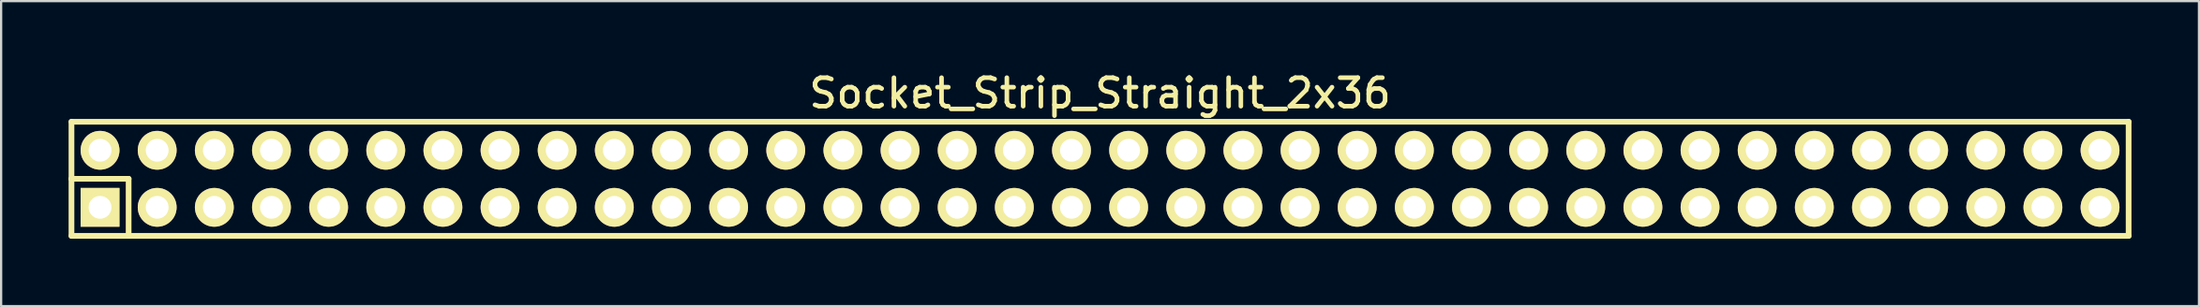
<source format=kicad_pcb>
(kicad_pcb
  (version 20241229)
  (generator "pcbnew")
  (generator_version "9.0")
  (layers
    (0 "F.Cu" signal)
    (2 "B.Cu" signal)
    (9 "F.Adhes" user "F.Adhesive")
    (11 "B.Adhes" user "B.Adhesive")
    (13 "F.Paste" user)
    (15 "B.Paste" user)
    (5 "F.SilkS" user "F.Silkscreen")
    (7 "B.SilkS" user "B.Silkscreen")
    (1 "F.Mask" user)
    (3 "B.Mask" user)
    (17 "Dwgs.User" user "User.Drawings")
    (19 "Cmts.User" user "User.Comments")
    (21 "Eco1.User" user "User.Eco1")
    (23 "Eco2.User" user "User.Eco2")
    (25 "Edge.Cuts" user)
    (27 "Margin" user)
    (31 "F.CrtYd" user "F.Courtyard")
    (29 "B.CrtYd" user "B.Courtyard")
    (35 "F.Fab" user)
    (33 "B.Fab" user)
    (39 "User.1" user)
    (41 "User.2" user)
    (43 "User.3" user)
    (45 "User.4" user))
  (footprint "Socket_Strip_Straight_2x36"
    (layer "F.Cu")
    (at 45.847 4.91)
    (property "Reference" "Socket_Strip_Straight_2x36" (at 0 -3.81 0) (layer "F.SilkS") (effects (font (size 1.27 1.27) (thickness 0.203))))
    (attr through_hole)
    (fp_line (start -45.72 -2.54) (end -45.72 0) (stroke (width 0.254) (type solid)) (layer "F.SilkS"))
    (fp_line (start -45.72 0) (end -43.18 0) (stroke (width 0.254) (type solid)) (layer "F.SilkS"))
    (fp_line (start -45.72 2.54) (end -45.72 0) (stroke (width 0.254) (type solid)) (layer "F.SilkS"))
    (fp_line (start -45.72 2.54) (end -43.18 2.54) (stroke (width 0.254) (type solid)) (layer "F.SilkS"))
    (fp_line (start -43.18 0) (end -43.18 2.54) (stroke (width 0.254) (type solid)) (layer "F.SilkS"))
    (fp_line (start -43.18 2.54) (end 45.72 2.54) (stroke (width 0.254) (type solid)) (layer "F.SilkS"))
    (fp_line (start 45.72 -2.54) (end -45.72 -2.54) (stroke (width 0.254) (type solid)) (layer "F.SilkS"))
    (fp_line (start 45.72 -2.54) (end 45.72 2.54) (stroke (width 0.254) (type solid)) (layer "F.SilkS"))
    (pad "1" thru_hole rect (at -44.45 1.27) (size 1.727 1.727) (drill 1.016) (layers "*.Cu" "*.Mask" "F.SilkS"))
    (pad "2" thru_hole oval (at -41.91 1.27) (size 1.727 1.727) (drill 1.016) (layers "*.Cu" "*.Mask" "F.SilkS"))
    (pad "3" thru_hole oval (at -39.37 1.27) (size 1.727 1.727) (drill 1.016) (layers "*.Cu" "*.Mask" "F.SilkS"))
    (pad "4" thru_hole oval (at -36.83 1.27) (size 1.727 1.727) (drill 1.016) (layers "*.Cu" "*.Mask" "F.SilkS"))
    (pad "5" thru_hole oval (at -34.29 1.27) (size 1.727 1.727) (drill 1.016) (layers "*.Cu" "*.Mask" "F.SilkS"))
    (pad "6" thru_hole oval (at -31.75 1.27) (size 1.727 1.727) (drill 1.016) (layers "*.Cu" "*.Mask" "F.SilkS"))
    (pad "7" thru_hole oval (at -29.21 1.27) (size 1.727 1.727) (drill 1.016) (layers "*.Cu" "*.Mask" "F.SilkS"))
    (pad "8" thru_hole oval (at -26.67 1.27) (size 1.727 1.727) (drill 1.016) (layers "*.Cu" "*.Mask" "F.SilkS"))
    (pad "9" thru_hole oval (at -24.13 1.27) (size 1.727 1.727) (drill 1.016) (layers "*.Cu" "*.Mask" "F.SilkS"))
    (pad "10" thru_hole oval (at -21.59 1.27) (size 1.727 1.727) (drill 1.016) (layers "*.Cu" "*.Mask" "F.SilkS"))
    (pad "11" thru_hole oval (at -19.05 1.27) (size 1.727 1.727) (drill 1.016) (layers "*.Cu" "*.Mask" "F.SilkS"))
    (pad "12" thru_hole oval (at -16.51 1.27) (size 1.727 1.727) (drill 1.016) (layers "*.Cu" "*.Mask" "F.SilkS"))
    (pad "13" thru_hole oval (at -13.97 1.27) (size 1.727 1.727) (drill 1.016) (layers "*.Cu" "*.Mask" "F.SilkS"))
    (pad "14" thru_hole oval (at -11.43 1.27) (size 1.727 1.727) (drill 1.016) (layers "*.Cu" "*.Mask" "F.SilkS"))
    (pad "15" thru_hole oval (at -8.89 1.27) (size 1.727 1.727) (drill 1.016) (layers "*.Cu" "*.Mask" "F.SilkS"))
    (pad "16" thru_hole oval (at -6.35 1.27) (size 1.727 1.727) (drill 1.016) (layers "*.Cu" "*.Mask" "F.SilkS"))
    (pad "17" thru_hole oval (at -3.81 1.27) (size 1.727 1.727) (drill 1.016) (layers "*.Cu" "*.Mask" "F.SilkS"))
    (pad "18" thru_hole oval (at -1.27 1.27) (size 1.727 1.727) (drill 1.016) (layers "*.Cu" "*.Mask" "F.SilkS"))
    (pad "19" thru_hole oval (at 1.27 1.27) (size 1.727 1.727) (drill 1.016) (layers "*.Cu" "*.Mask" "F.SilkS"))
    (pad "20" thru_hole oval (at 3.81 1.27) (size 1.727 1.727) (drill 1.016) (layers "*.Cu" "*.Mask" "F.SilkS"))
    (pad "21" thru_hole oval (at 6.35 1.27) (size 1.727 1.727) (drill 1.016) (layers "*.Cu" "*.Mask" "F.SilkS"))
    (pad "22" thru_hole oval (at 8.89 1.27) (size 1.727 1.727) (drill 1.016) (layers "*.Cu" "*.Mask" "F.SilkS"))
    (pad "23" thru_hole oval (at 11.43 1.27) (size 1.727 1.727) (drill 1.016) (layers "*.Cu" "*.Mask" "F.SilkS"))
    (pad "24" thru_hole oval (at 13.97 1.27) (size 1.727 1.727) (drill 1.016) (layers "*.Cu" "*.Mask" "F.SilkS"))
    (pad "25" thru_hole oval (at 16.51 1.27) (size 1.727 1.727) (drill 1.016) (layers "*.Cu" "*.Mask" "F.SilkS"))
    (pad "26" thru_hole oval (at 19.05 1.27) (size 1.727 1.727) (drill 1.016) (layers "*.Cu" "*.Mask" "F.SilkS"))
    (pad "27" thru_hole oval (at 21.59 1.27) (size 1.727 1.727) (drill 1.016) (layers "*.Cu" "*.Mask" "F.SilkS"))
    (pad "28" thru_hole oval (at 24.13 1.27) (size 1.727 1.727) (drill 1.016) (layers "*.Cu" "*.Mask" "F.SilkS"))
    (pad "29" thru_hole oval (at 26.67 1.27) (size 1.727 1.727) (drill 1.016) (layers "*.Cu" "*.Mask" "F.SilkS"))
    (pad "30" thru_hole oval (at 29.21 1.27) (size 1.727 1.727) (drill 1.016) (layers "*.Cu" "*.Mask" "F.SilkS"))
    (pad "31" thru_hole oval (at 31.75 1.27) (size 1.727 1.727) (drill 1.016) (layers "*.Cu" "*.Mask" "F.SilkS"))
    (pad "32" thru_hole oval (at 34.29 1.27) (size 1.727 1.727) (drill 1.016) (layers "*.Cu" "*.Mask" "F.SilkS"))
    (pad "33" thru_hole oval (at 36.83 1.27) (size 1.727 1.727) (drill 1.016) (layers "*.Cu" "*.Mask" "F.SilkS"))
    (pad "34" thru_hole oval (at 39.37 1.27) (size 1.727 1.727) (drill 1.016) (layers "*.Cu" "*.Mask" "F.SilkS"))
    (pad "35" thru_hole oval (at 41.91 1.27) (size 1.727 1.727) (drill 1.016) (layers "*.Cu" "*.Mask" "F.SilkS"))
    (pad "36" thru_hole oval (at 44.45 1.27) (size 1.727 1.727) (drill 1.016) (layers "*.Cu" "*.Mask" "F.SilkS"))
    (pad "37" thru_hole oval (at 44.45 -1.27) (size 1.727 1.727) (drill 1.016) (layers "*.Cu" "*.Mask" "F.SilkS"))
    (pad "38" thru_hole oval (at 41.91 -1.27) (size 1.727 1.727) (drill 1.016) (layers "*.Cu" "*.Mask" "F.SilkS"))
    (pad "39" thru_hole oval (at 39.37 -1.27) (size 1.727 1.727) (drill 1.016) (layers "*.Cu" "*.Mask" "F.SilkS"))
    (pad "40" thru_hole oval (at 36.83 -1.27) (size 1.727 1.727) (drill 1.016) (layers "*.Cu" "*.Mask" "F.SilkS"))
    (pad "41" thru_hole oval (at 34.29 -1.27) (size 1.727 1.727) (drill 1.016) (layers "*.Cu" "*.Mask" "F.SilkS"))
    (pad "42" thru_hole oval (at 31.75 -1.27) (size 1.727 1.727) (drill 1.016) (layers "*.Cu" "*.Mask" "F.SilkS"))
    (pad "43" thru_hole oval (at 29.21 -1.27) (size 1.727 1.727) (drill 1.016) (layers "*.Cu" "*.Mask" "F.SilkS"))
    (pad "44" thru_hole oval (at 26.67 -1.27) (size 1.727 1.727) (drill 1.016) (layers "*.Cu" "*.Mask" "F.SilkS"))
    (pad "45" thru_hole oval (at 24.13 -1.27) (size 1.727 1.727) (drill 1.016) (layers "*.Cu" "*.Mask" "F.SilkS"))
    (pad "46" thru_hole oval (at 21.59 -1.27) (size 1.727 1.727) (drill 1.016) (layers "*.Cu" "*.Mask" "F.SilkS"))
    (pad "47" thru_hole oval (at 19.05 -1.27) (size 1.727 1.727) (drill 1.016) (layers "*.Cu" "*.Mask" "F.SilkS"))
    (pad "48" thru_hole oval (at 16.51 -1.27) (size 1.727 1.727) (drill 1.016) (layers "*.Cu" "*.Mask" "F.SilkS"))
    (pad "49" thru_hole oval (at 13.97 -1.27) (size 1.727 1.727) (drill 1.016) (layers "*.Cu" "*.Mask" "F.SilkS"))
    (pad "50" thru_hole oval (at 11.43 -1.27) (size 1.727 1.727) (drill 1.016) (layers "*.Cu" "*.Mask" "F.SilkS"))
    (pad "51" thru_hole oval (at 8.89 -1.27) (size 1.727 1.727) (drill 1.016) (layers "*.Cu" "*.Mask" "F.SilkS"))
    (pad "52" thru_hole oval (at 6.35 -1.27) (size 1.727 1.727) (drill 1.016) (layers "*.Cu" "*.Mask" "F.SilkS"))
    (pad "53" thru_hole oval (at 3.81 -1.27) (size 1.727 1.727) (drill 1.016) (layers "*.Cu" "*.Mask" "F.SilkS"))
    (pad "54" thru_hole oval (at 1.27 -1.27) (size 1.727 1.727) (drill 1.016) (layers "*.Cu" "*.Mask" "F.SilkS"))
    (pad "55" thru_hole oval (at -1.27 -1.27) (size 1.727 1.727) (drill 1.016) (layers "*.Cu" "*.Mask" "F.SilkS"))
    (pad "56" thru_hole oval (at -3.81 -1.27) (size 1.727 1.727) (drill 1.016) (layers "*.Cu" "*.Mask" "F.SilkS"))
    (pad "57" thru_hole oval (at -6.35 -1.27) (size 1.727 1.727) (drill 1.016) (layers "*.Cu" "*.Mask" "F.SilkS"))
    (pad "58" thru_hole oval (at -8.89 -1.27) (size 1.727 1.727) (drill 1.016) (layers "*.Cu" "*.Mask" "F.SilkS"))
    (pad "59" thru_hole oval (at -11.43 -1.27) (size 1.727 1.727) (drill 1.016) (layers "*.Cu" "*.Mask" "F.SilkS"))
    (pad "60" thru_hole oval (at -13.97 -1.27) (size 1.727 1.727) (drill 1.016) (layers "*.Cu" "*.Mask" "F.SilkS"))
    (pad "61" thru_hole oval (at -16.51 -1.27) (size 1.727 1.727) (drill 1.016) (layers "*.Cu" "*.Mask" "F.SilkS"))
    (pad "62" thru_hole oval (at -19.05 -1.27) (size 1.727 1.727) (drill 1.016) (layers "*.Cu" "*.Mask" "F.SilkS"))
    (pad "63" thru_hole oval (at -21.59 -1.27) (size 1.727 1.727) (drill 1.016) (layers "*.Cu" "*.Mask" "F.SilkS"))
    (pad "64" thru_hole oval (at -24.13 -1.27) (size 1.727 1.727) (drill 1.016) (layers "*.Cu" "*.Mask" "F.SilkS"))
    (pad "65" thru_hole oval (at -26.67 -1.27) (size 1.727 1.727) (drill 1.016) (layers "*.Cu" "*.Mask" "F.SilkS"))
    (pad "66" thru_hole oval (at -29.21 -1.27) (size 1.727 1.727) (drill 1.016) (layers "*.Cu" "*.Mask" "F.SilkS"))
    (pad "67" thru_hole oval (at -31.75 -1.27) (size 1.727 1.727) (drill 1.016) (layers "*.Cu" "*.Mask" "F.SilkS"))
    (pad "68" thru_hole oval (at -34.29 -1.27) (size 1.727 1.727) (drill 1.016) (layers "*.Cu" "*.Mask" "F.SilkS"))
    (pad "69" thru_hole oval (at -36.83 -1.27) (size 1.727 1.727) (drill 1.016) (layers "*.Cu" "*.Mask" "F.SilkS"))
    (pad "70" thru_hole oval (at -39.37 -1.27) (size 1.727 1.727) (drill 1.016) (layers "*.Cu" "*.Mask" "F.SilkS"))
    (pad "71" thru_hole oval (at -41.91 -1.27) (size 1.727 1.727) (drill 1.016) (layers "*.Cu" "*.Mask" "F.SilkS"))
    (pad "72" thru_hole oval (at -44.45 -1.27) (size 1.727 1.727) (drill 1.016) (layers "*.Cu" "*.Mask" "F.SilkS")))
  (gr_rect
    (start -3 -3)
    (end 94.694 10.577)
    (stroke (width 0.1) (type default))
    (fill no)
    (layer "Edge.Cuts")))
</source>
